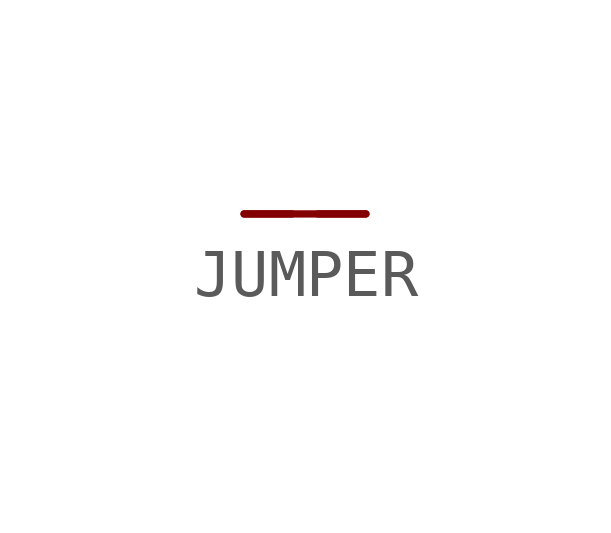
<source format=kicad_sym>
(kicad_symbol_lib
  (version 20220914)
  (generator kicad_symbol_editor)
  (symbol "JUMPER"
    (pin_numbers hide)
    (pin_names
      (offset 0) hide)
    (property "Reference" "JP"
      (at 0 2.032 0)
      (effects (font (size 1.27 1.27)) hide))
    (symbol "JUMPER_0_1"
      (polyline (pts (xy 1.27 0) (xy -1.27 0)) (stroke (width 0) (type default)) (fill (type none))))
    (symbol "JUMPER_1_1"
      (pin passive line (at -1.27 0 0) (length 1) (name "A" (effects (font (size 1.27 1.27)))) (number "1" (effects (font (size 1.27 1.27)))))
      (pin passive line (at 1.27 0 180) (length 1) (name "B" (effects (font (size 1.27 1.27)))) (number "2" (effects (font (size 1.27 1.27))))))))
</source>
